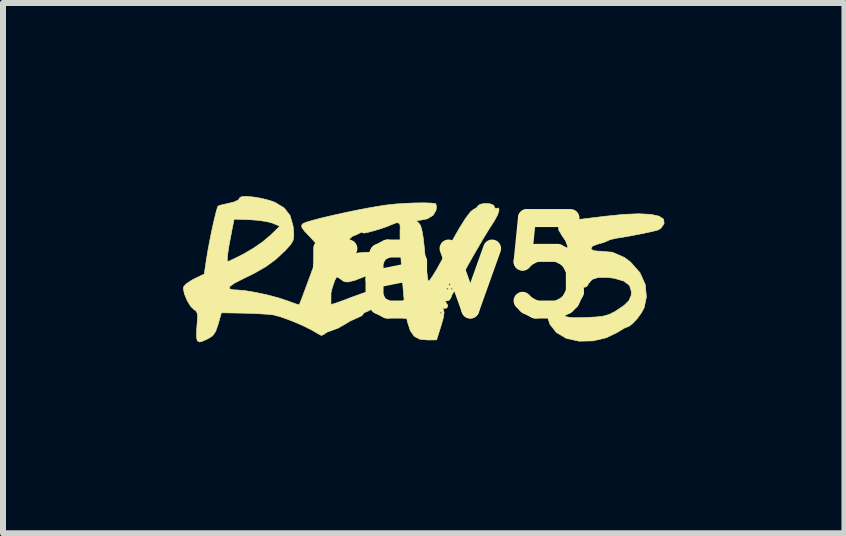
<source format=kicad_pcb>
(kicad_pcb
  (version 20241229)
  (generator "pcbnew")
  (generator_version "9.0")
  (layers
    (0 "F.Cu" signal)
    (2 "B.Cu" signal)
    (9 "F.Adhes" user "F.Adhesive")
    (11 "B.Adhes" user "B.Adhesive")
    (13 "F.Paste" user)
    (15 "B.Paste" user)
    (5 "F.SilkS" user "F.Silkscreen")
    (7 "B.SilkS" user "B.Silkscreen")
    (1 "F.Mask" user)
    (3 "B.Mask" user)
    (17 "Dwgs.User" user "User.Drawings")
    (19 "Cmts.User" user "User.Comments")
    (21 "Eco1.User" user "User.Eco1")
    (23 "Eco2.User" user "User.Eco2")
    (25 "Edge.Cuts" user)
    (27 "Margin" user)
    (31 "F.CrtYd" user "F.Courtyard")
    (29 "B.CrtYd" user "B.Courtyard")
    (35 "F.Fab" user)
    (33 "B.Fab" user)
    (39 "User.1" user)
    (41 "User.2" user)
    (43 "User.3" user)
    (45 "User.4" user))
  (footprint "rev5"
    (layer "F.Cu")
    (at 4.388 1.418)
    (property "Reference" "rev5" (at 0 0 0) (layer "F.SilkS") (effects (font (size 1.524 1.524) (thickness 0.3))))
    (attr through_hole)
    (fp_poly (pts (xy 3.405 -0.896) (xy 3.544 -0.866) (xy 3.62 -0.815) (xy 3.628 -0.744) (xy 3.626 -0.739) (xy 3.575 -0.666) (xy 3.532 -0.638) (xy 3.467 -0.62) (xy 3.352 -0.594) (xy 3.209 -0.565) (xy 3.058 -0.536) (xy 2.922 -0.512) (xy 2.822 -0.497) (xy 2.812 -0.495) (xy 2.725 -0.473) (xy 2.688 -0.456) (xy 2.617 -0.426) (xy 2.525 -0.401) (xy 2.434 -0.367) (xy 2.409 -0.325) (xy 2.446 -0.292) (xy 2.541 -0.282) (xy 2.552 -0.283) (xy 2.766 -0.265) (xy 2.968 -0.177) (xy 3.071 -0.099) (xy 3.226 0.077) (xy 3.314 0.273) (xy 3.333 0.482) (xy 3.296 0.657) (xy 3.25 0.745) (xy 3.18 0.841) (xy 3.102 0.924) (xy 3.035 0.974) (xy 3.013 0.98) (xy 2.968 0.998) (xy 2.89 1.045) (xy 2.86 1.065) (xy 2.665 1.16) (xy 2.441 1.212) (xy 2.212 1.217) (xy 2.006 1.172) (xy 1.999 1.17) (xy 1.833 1.072) (xy 1.725 0.935) (xy 1.683 0.808) (xy 1.682 0.709) (xy 1.723 0.665) (xy 1.8 0.68) (xy 1.888 0.74) (xy 1.946 0.784) (xy 2.003 0.811) (xy 2.078 0.824) (xy 2.189 0.826) (xy 2.334 0.822) (xy 2.503 0.813) (xy 2.622 0.798) (xy 2.714 0.771) (xy 2.801 0.728) (xy 2.83 0.71) (xy 2.964 0.619) (xy 3.042 0.541) (xy 3.078 0.459) (xy 3.084 0.393) (xy 3.053 0.29) (xy 2.958 0.216) (xy 2.798 0.169) (xy 2.693 0.156) (xy 2.534 0.154) (xy 2.428 0.188) (xy 2.365 0.261) (xy 2.351 0.294) (xy 2.311 0.319) (xy 2.237 0.301) (xy 2.147 0.247) (xy 2.111 0.216) (xy 2.069 0.167) (xy 2.045 0.103) (xy 2.034 0.004) (xy 2.032 -0.131) (xy 2.029 -0.279) (xy 2.015 -0.38) (xy 1.986 -0.456) (xy 1.934 -0.532) (xy 1.872 -0.635) (xy 1.868 -0.71) (xy 1.927 -0.761) (xy 2.052 -0.793) (xy 2.127 -0.803) (xy 2.273 -0.819) (xy 2.453 -0.841) (xy 2.628 -0.862) (xy 2.631 -0.863) (xy 2.945 -0.895) (xy 3.204 -0.906) (xy 3.405 -0.896)) (stroke (width 0.01) (type solid)) (fill yes) (layer "F.SilkS"))
    (fp_poly (pts (xy -3.214 -1.185) (xy -3.082 -1.163) (xy -2.952 -1.13) (xy -2.856 -1.096) (xy -2.703 -1.003) (xy -2.606 -0.879) (xy -2.556 -0.709) (xy -2.548 -0.641) (xy -2.543 -0.535) (xy -2.555 -0.461) (xy -2.596 -0.392) (xy -2.677 -0.303) (xy -2.69 -0.289) (xy -2.839 -0.149) (xy -3.002 -0.029) (xy -3.2 0.085) (xy -3.384 0.175) (xy -3.531 0.25) (xy -3.609 0.306) (xy -3.616 0.343) (xy -3.554 0.361) (xy -3.5 0.363) (xy -3.362 0.374) (xy -3.182 0.404) (xy -2.984 0.446) (xy -2.795 0.496) (xy -2.639 0.548) (xy -2.639 0.548) (xy -2.538 0.586) (xy -2.469 0.607) (xy -2.451 0.609) (xy -2.435 0.57) (xy -2.399 0.478) (xy -2.352 0.351) (xy -2.297 0.203) (xy -2.241 0.051) (xy -2.19 -0.089) (xy -2.15 -0.2) (xy -2.127 -0.268) (xy -2.125 -0.276) (xy -2.127 -0.334) (xy -2.169 -0.408) (xy -2.26 -0.509) (xy -2.273 -0.522) (xy -2.363 -0.616) (xy -2.407 -0.676) (xy -2.411 -0.716) (xy -2.392 -0.74) (xy -2.339 -0.764) (xy -2.228 -0.797) (xy -2.072 -0.838) (xy -1.883 -0.882) (xy -1.675 -0.928) (xy -1.461 -0.972) (xy -1.253 -1.011) (xy -1.066 -1.042) (xy -0.998 -1.052) (xy -0.854 -1.068) (xy -0.691 -1.079) (xy -0.525 -1.086) (xy -0.374 -1.088) (xy -0.255 -1.084) (xy -0.185 -1.075) (xy -0.175 -1.07) (xy -0.166 -1.023) (xy -0.172 -0.965) (xy -0.221 -0.881) (xy -0.32 -0.821) (xy -0.444 -0.798) (xy -0.497 -0.794) (xy -0.483 -0.77) (xy -0.462 -0.753) (xy -0.432 -0.713) (xy -0.408 -0.634) (xy -0.386 -0.506) (xy -0.365 -0.318) (xy -0.361 -0.272) (xy -0.344 -0.098) (xy -0.327 0.053) (xy -0.313 0.163) (xy -0.303 0.217) (xy -0.282 0.207) (xy -0.234 0.141) (xy -0.181 0.054) (xy 0.218 0.054) (xy 0.236 0.073) (xy 0.254 0.054) (xy 0.236 0.036) (xy 0.218 0.054) (xy -0.181 0.054) (xy -0.165 0.029) (xy -0.083 -0.119) (xy -0.056 -0.17) (xy 0.093 -0.448) (xy 0.22 -0.671) (xy 0.324 -0.835) (xy 0.403 -0.939) (xy 0.454 -0.979) (xy 0.458 -0.98) (xy 0.507 -1.009) (xy 0.52 -1.031) (xy 0.563 -1.064) (xy 0.641 -1.078) (xy 0.725 -1.073) (xy 0.785 -1.049) (xy 0.798 -1.025) (xy 0.816 -0.992) (xy 0.831 -0.996) (xy 0.871 -1.002) (xy 0.877 -0.96) (xy 0.851 -0.883) (xy 0.798 -0.785) (xy 0.789 -0.772) (xy 0.718 -0.662) (xy 0.632 -0.522) (xy 0.539 -0.364) (xy 0.445 -0.202) (xy 0.358 -0.048) (xy 0.286 0.084) (xy 0.237 0.181) (xy 0.217 0.23) (xy 0.217 0.231) (xy 0.196 0.287) (xy 0.145 0.362) (xy 0.145 0.363) (xy 0.095 0.44) (xy 0.073 0.499) (xy 0.043 0.538) (xy 0.009 0.545) (xy -0.031 0.552) (xy -0.004 0.577) (xy 0.024 0.622) (xy 0.008 0.664) (xy -0.038 0.671) (xy -0.048 0.667) (xy -0.072 0.659) (xy -0.052 0.684) (xy -0.038 0.737) (xy -0.053 0.836) (xy -0.089 0.961) (xy -0.163 1.196) (xy -0.313 1.197) (xy -0.443 1.184) (xy -0.535 1.136) (xy -0.601 1.043) (xy -0.649 0.893) (xy -0.669 0.798) (xy -0.677 0.744) (xy -0.109 0.744) (xy -0.091 0.762) (xy -0.073 0.744) (xy -0.091 0.726) (xy -0.109 0.744) (xy -0.677 0.744) (xy -0.687 0.677) (xy -0.706 0.507) (xy -0.72 0.345) (xy 0 0.345) (xy 0.018 0.363) (xy 0.036 0.345) (xy 0.073 0.345) (xy 0.091 0.363) (xy 0.109 0.345) (xy 0.091 0.327) (xy 0.073 0.345) (xy 0.036 0.345) (xy 0.018 0.327) (xy 0 0.345) (xy -0.72 0.345) (xy -0.724 0.304) (xy -0.726 0.272) (xy 0.036 0.272) (xy 0.054 0.29) (xy 0.073 0.272) (xy 0.054 0.254) (xy 0.036 0.272) (xy -0.726 0.272) (xy -0.741 0.085) (xy -0.755 -0.134) (xy -0.766 -0.339) (xy -0.772 -0.511) (xy -0.772 -0.637) (xy -0.769 -0.68) (xy -0.777 -0.746) (xy -0.828 -0.758) (xy -0.899 -0.731) (xy -0.982 -0.696) (xy -1.09 -0.658) (xy -1.204 -0.624) (xy -1.305 -0.597) (xy -1.373 -0.584) (xy -1.392 -0.589) (xy -1.401 -0.601) (xy -1.439 -0.586) (xy -1.525 -0.546) (xy -1.566 -0.531) (xy -1.608 -0.492) (xy -1.653 -0.416) (xy -1.689 -0.328) (xy -1.704 -0.258) (xy -1.698 -0.234) (xy -1.657 -0.231) (xy -1.566 -0.24) (xy -1.479 -0.252) (xy -1.348 -0.265) (xy -1.226 -0.263) (xy -1.131 -0.248) (xy -1.082 -0.222) (xy -1.079 -0.206) (xy -1.087 -0.154) (xy -1.089 -0.097) (xy -1.122 -0.023) (xy -1.214 0.057) (xy -1.352 0.135) (xy -1.523 0.202) (xy -1.541 0.207) (xy -1.64 0.231) (xy -1.702 0.225) (xy -1.75 0.192) (xy -1.805 0.153) (xy -1.829 0.148) (xy -1.857 0.199) (xy -1.89 0.29) (xy -1.922 0.399) (xy -1.948 0.503) (xy -1.961 0.582) (xy -1.956 0.611) (xy -1.91 0.603) (xy -1.813 0.573) (xy -1.681 0.525) (xy -1.594 0.491) (xy -1.379 0.413) (xy -1.217 0.376) (xy -1.111 0.38) (xy -1.062 0.423) (xy -1.077 0.475) (xy -1.129 0.552) (xy -1.2 0.634) (xy -1.272 0.699) (xy -1.327 0.726) (xy -1.328 0.726) (xy -1.374 0.745) (xy -1.379 0.758) (xy -1.409 0.792) (xy -1.483 0.828) (xy -1.489 0.83) (xy -1.602 0.881) (xy -1.7 0.94) (xy -1.806 1) (xy -1.907 1.037) (xy -1.992 1.068) (xy -2.04 1.103) (xy -2.082 1.122) (xy -2.131 1.097) (xy -2.247 1.029) (xy -2.403 0.952) (xy -2.577 0.879) (xy -2.741 0.818) (xy -2.872 0.782) (xy -2.892 0.778) (xy -2.989 0.768) (xy -3.135 0.759) (xy -3.304 0.752) (xy -3.389 0.75) (xy -3.749 0.744) (xy -3.802 0.932) (xy -3.844 1.054) (xy -3.895 1.127) (xy -3.974 1.177) (xy -3.974 1.177) (xy -4.067 1.219) (xy -4.116 1.23) (xy -4.143 1.214) (xy -4.154 1.198) (xy -4.163 1.145) (xy -4.162 1.044) (xy -4.155 0.946) (xy -4.145 0.822) (xy -4.151 0.75) (xy -4.176 0.71) (xy -4.201 0.694) (xy -4.261 0.635) (xy -4.32 0.538) (xy -4.365 0.43) (xy -4.383 0.339) (xy -4.378 0.31) (xy -4.335 0.262) (xy -4.248 0.204) (xy -4.196 0.176) (xy -4.034 0.098) (xy -4 -0.135) (xy -3.652 -0.135) (xy -3.643 -0.109) (xy -3.603 -0.125) (xy -3.515 -0.167) (xy -3.397 -0.226) (xy -3.362 -0.245) (xy -3.21 -0.335) (xy -3.059 -0.44) (xy -2.941 -0.539) (xy -2.939 -0.54) (xy -2.776 -0.699) (xy -2.893 -0.749) (xy -2.989 -0.775) (xy -3.128 -0.796) (xy -3.274 -0.807) (xy -3.537 -0.816) (xy -3.577 -0.617) (xy -3.62 -0.388) (xy -3.645 -0.228) (xy -3.652 -0.135) (xy -4 -0.135) (xy -3.993 -0.178) (xy -3.969 -0.32) (xy -3.938 -0.483) (xy -3.904 -0.65) (xy -3.869 -0.805) (xy -3.838 -0.931) (xy -3.814 -1.013) (xy -3.804 -1.034) (xy -3.762 -1.05) (xy -3.691 -1.066) (xy -3.544 -1.1) (xy -3.465 -1.136) (xy -3.447 -1.169) (xy -3.415 -1.19) (xy -3.331 -1.195) (xy -3.214 -1.185)) (stroke (width 0.01) (type solid)) (fill yes) (layer "F.SilkS")))
  (gr_rect
    (start -3 -3)
    (end 11.021 5.836)
    (stroke (width 0.1) (type default))
    (fill no)
    (layer "Edge.Cuts")))
</source>
